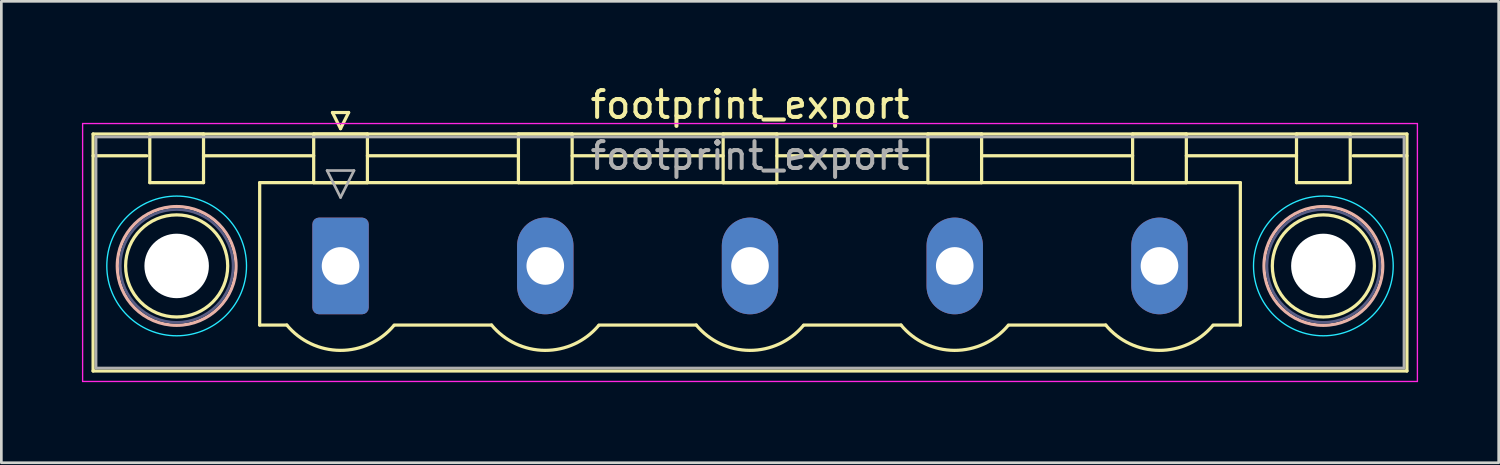
<source format=kicad_pcb>
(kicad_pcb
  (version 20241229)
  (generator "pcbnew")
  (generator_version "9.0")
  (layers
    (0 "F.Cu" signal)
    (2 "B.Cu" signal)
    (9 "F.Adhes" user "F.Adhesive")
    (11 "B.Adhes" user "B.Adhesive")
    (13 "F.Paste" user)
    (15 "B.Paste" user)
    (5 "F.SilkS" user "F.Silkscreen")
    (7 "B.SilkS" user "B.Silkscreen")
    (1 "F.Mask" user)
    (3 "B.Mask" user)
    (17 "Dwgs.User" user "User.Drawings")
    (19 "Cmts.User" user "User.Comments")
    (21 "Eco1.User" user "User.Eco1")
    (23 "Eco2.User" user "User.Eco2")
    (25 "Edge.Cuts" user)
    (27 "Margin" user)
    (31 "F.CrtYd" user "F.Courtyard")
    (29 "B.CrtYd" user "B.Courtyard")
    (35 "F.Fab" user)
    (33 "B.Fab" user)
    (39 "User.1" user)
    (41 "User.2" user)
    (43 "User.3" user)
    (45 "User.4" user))
  (footprint "footprint_export"
    (layer "F.Cu")
    (at 9.625 6.848)
    (property "Reference" "footprint_export" (at 15.24 -6 0) (layer "F.SilkS") (effects (font (size 1 1) (thickness 0.15))))
    (attr through_hole)
    (fp_line (start -9.21 -4.91) (end -9.21 3.91) (stroke (width 0.12) (type solid)) (layer "F.SilkS"))
    (fp_line (start -9.21 -4.1) (end -7.21 -4.1) (stroke (width 0.12) (type solid)) (layer "F.SilkS"))
    (fp_line (start -9.21 3.91) (end 39.69 3.91) (stroke (width 0.12) (type solid)) (layer "F.SilkS"))
    (fp_line (start -7.1 -4.91) (end -5.1 -4.91) (stroke (width 0.12) (type solid)) (layer "F.SilkS"))
    (fp_line (start -7.1 -3.1) (end -7.1 -4.91) (stroke (width 0.12) (type solid)) (layer "F.SilkS"))
    (fp_line (start -5.1 -4.91) (end -5.1 -3.1) (stroke (width 0.12) (type solid)) (layer "F.SilkS"))
    (fp_line (start -5.1 -4.1) (end -1 -4.1) (stroke (width 0.12) (type solid)) (layer "F.SilkS"))
    (fp_line (start -5.1 -3.1) (end -7.1 -3.1) (stroke (width 0.12) (type solid)) (layer "F.SilkS"))
    (fp_line (start -3.01 -3.1) (end 33.49 -3.1) (stroke (width 0.12) (type solid)) (layer "F.SilkS"))
    (fp_line (start -3.01 2.2) (end -3.01 -3.1) (stroke (width 0.12) (type solid)) (layer "F.SilkS"))
    (fp_line (start -2 2.2) (end -3.01 2.2) (stroke (width 0.12) (type solid)) (layer "F.SilkS"))
    (fp_line (start -1 -4.91) (end 1 -4.91) (stroke (width 0.12) (type solid)) (layer "F.SilkS"))
    (fp_line (start -1 -3.1) (end -1 -4.91) (stroke (width 0.12) (type solid)) (layer "F.SilkS"))
    (fp_line (start -0.3 -5.71) (end 0.3 -5.71) (stroke (width 0.12) (type solid)) (layer "F.SilkS"))
    (fp_line (start 0 -5.11) (end -0.3 -5.71) (stroke (width 0.12) (type solid)) (layer "F.SilkS"))
    (fp_line (start 0.3 -5.71) (end 0 -5.11) (stroke (width 0.12) (type solid)) (layer "F.SilkS"))
    (fp_line (start 1 -4.91) (end 1 -3.1) (stroke (width 0.12) (type solid)) (layer "F.SilkS"))
    (fp_line (start 1 -4.1) (end 6.62 -4.1) (stroke (width 0.12) (type solid)) (layer "F.SilkS"))
    (fp_line (start 1 -3.1) (end -1 -3.1) (stroke (width 0.12) (type solid)) (layer "F.SilkS"))
    (fp_line (start 2 2.2) (end 5.62 2.2) (stroke (width 0.12) (type solid)) (layer "F.SilkS"))
    (fp_line (start 6.62 -4.91) (end 8.62 -4.91) (stroke (width 0.12) (type solid)) (layer "F.SilkS"))
    (fp_line (start 6.62 -3.1) (end 6.62 -4.91) (stroke (width 0.12) (type solid)) (layer "F.SilkS"))
    (fp_line (start 8.62 -4.91) (end 8.62 -3.1) (stroke (width 0.12) (type solid)) (layer "F.SilkS"))
    (fp_line (start 8.62 -4.1) (end 14.24 -4.1) (stroke (width 0.12) (type solid)) (layer "F.SilkS"))
    (fp_line (start 8.62 -3.1) (end 6.62 -3.1) (stroke (width 0.12) (type solid)) (layer "F.SilkS"))
    (fp_line (start 9.62 2.2) (end 13.24 2.2) (stroke (width 0.12) (type solid)) (layer "F.SilkS"))
    (fp_line (start 14.24 -4.91) (end 16.24 -4.91) (stroke (width 0.12) (type solid)) (layer "F.SilkS"))
    (fp_line (start 14.24 -3.1) (end 14.24 -4.91) (stroke (width 0.12) (type solid)) (layer "F.SilkS"))
    (fp_line (start 16.24 -4.91) (end 16.24 -3.1) (stroke (width 0.12) (type solid)) (layer "F.SilkS"))
    (fp_line (start 16.24 -4.1) (end 21.86 -4.1) (stroke (width 0.12) (type solid)) (layer "F.SilkS"))
    (fp_line (start 16.24 -3.1) (end 14.24 -3.1) (stroke (width 0.12) (type solid)) (layer "F.SilkS"))
    (fp_line (start 17.24 2.2) (end 20.86 2.2) (stroke (width 0.12) (type solid)) (layer "F.SilkS"))
    (fp_line (start 21.86 -4.91) (end 23.86 -4.91) (stroke (width 0.12) (type solid)) (layer "F.SilkS"))
    (fp_line (start 21.86 -3.1) (end 21.86 -4.91) (stroke (width 0.12) (type solid)) (layer "F.SilkS"))
    (fp_line (start 23.86 -4.91) (end 23.86 -3.1) (stroke (width 0.12) (type solid)) (layer "F.SilkS"))
    (fp_line (start 23.86 -4.1) (end 29.48 -4.1) (stroke (width 0.12) (type solid)) (layer "F.SilkS"))
    (fp_line (start 23.86 -3.1) (end 21.86 -3.1) (stroke (width 0.12) (type solid)) (layer "F.SilkS"))
    (fp_line (start 24.86 2.2) (end 28.48 2.2) (stroke (width 0.12) (type solid)) (layer "F.SilkS"))
    (fp_line (start 29.48 -4.91) (end 31.48 -4.91) (stroke (width 0.12) (type solid)) (layer "F.SilkS"))
    (fp_line (start 29.48 -3.1) (end 29.48 -4.91) (stroke (width 0.12) (type solid)) (layer "F.SilkS"))
    (fp_line (start 31.48 -4.91) (end 31.48 -3.1) (stroke (width 0.12) (type solid)) (layer "F.SilkS"))
    (fp_line (start 31.48 -4.1) (end 35.58 -4.1) (stroke (width 0.12) (type solid)) (layer "F.SilkS"))
    (fp_line (start 31.48 -3.1) (end 29.48 -3.1) (stroke (width 0.12) (type solid)) (layer "F.SilkS"))
    (fp_line (start 33.49 -3.1) (end 33.49 2.2) (stroke (width 0.12) (type solid)) (layer "F.SilkS"))
    (fp_line (start 33.49 2.2) (end 32.48 2.2) (stroke (width 0.12) (type solid)) (layer "F.SilkS"))
    (fp_line (start 35.58 -4.91) (end 37.58 -4.91) (stroke (width 0.12) (type solid)) (layer "F.SilkS"))
    (fp_line (start 35.58 -3.1) (end 35.58 -4.91) (stroke (width 0.12) (type solid)) (layer "F.SilkS"))
    (fp_line (start 37.58 -4.91) (end 37.58 -3.1) (stroke (width 0.12) (type solid)) (layer "F.SilkS"))
    (fp_line (start 37.58 -3.1) (end 35.58 -3.1) (stroke (width 0.12) (type solid)) (layer "F.SilkS"))
    (fp_line (start 39.69 -4.91) (end -9.21 -4.91) (stroke (width 0.12) (type solid)) (layer "F.SilkS"))
    (fp_line (start 39.69 -4.1) (end 37.69 -4.1) (stroke (width 0.12) (type solid)) (layer "F.SilkS"))
    (fp_line (start 39.69 3.91) (end 39.69 -4.91) (stroke (width 0.12) (type solid)) (layer "F.SilkS"))
    (fp_arc (start 1.986842 2.215821) (mid -0.010289 3.142758) (end -2 2.2) (stroke (width 0.12) (type solid)) (layer "F.SilkS"))
    (fp_arc (start 9.606842 2.215821) (mid 7.609711 3.142758) (end 5.62 2.2) (stroke (width 0.12) (type solid)) (layer "F.SilkS"))
    (fp_arc (start 17.226842 2.215821) (mid 15.229711 3.142758) (end 13.24 2.2) (stroke (width 0.12) (type solid)) (layer "F.SilkS"))
    (fp_arc (start 24.846842 2.215821) (mid 22.849711 3.142758) (end 20.86 2.2) (stroke (width 0.12) (type solid)) (layer "F.SilkS"))
    (fp_arc (start 32.466842 2.215821) (mid 30.469711 3.142758) (end 28.48 2.2) (stroke (width 0.12) (type solid)) (layer "F.SilkS"))
    (fp_circle (center -6.1 0) (end -4.2 0) (stroke (width 0.12) (type solid)) (fill no) (layer "F.SilkS"))
    (fp_circle (center 36.58 0) (end 38.48 0) (stroke (width 0.12) (type solid)) (fill no) (layer "F.SilkS"))
    (fp_circle (center -6.1 0) (end -3.89 0) (stroke (width 0.12) (type solid)) (fill no) (layer "B.SilkS"))
    (fp_circle (center 36.58 0) (end 38.79 0) (stroke (width 0.12) (type solid)) (fill no) (layer "B.SilkS"))
    (fp_circle (center -6.1 0) (end -3.5 0) (stroke (width 0.05) (type solid)) (fill no) (layer "B.CrtYd"))
    (fp_circle (center 36.58 0) (end 39.18 0) (stroke (width 0.05) (type solid)) (fill no) (layer "B.CrtYd"))
    (fp_line (start -9.6 -5.3) (end -9.6 4.3) (stroke (width 0.05) (type solid)) (layer "F.CrtYd"))
    (fp_line (start -9.6 4.3) (end 40.08 4.3) (stroke (width 0.05) (type solid)) (layer "F.CrtYd"))
    (fp_line (start 40.08 -5.3) (end -9.6 -5.3) (stroke (width 0.05) (type solid)) (layer "F.CrtYd"))
    (fp_line (start 40.08 4.3) (end 40.08 -5.3) (stroke (width 0.05) (type solid)) (layer "F.CrtYd"))
    (fp_circle (center -6.1 0) (end -4 0) (stroke (width 0.1) (type solid)) (fill no) (layer "B.Fab"))
    (fp_circle (center 36.58 0) (end 38.68 0) (stroke (width 0.1) (type solid)) (fill no) (layer "B.Fab"))
    (fp_line (start -9.1 -4.8) (end -9.1 3.8) (stroke (width 0.1) (type solid)) (layer "F.Fab"))
    (fp_line (start -9.1 3.8) (end 39.58 3.8) (stroke (width 0.1) (type solid)) (layer "F.Fab"))
    (fp_line (start -0.5 -3.55) (end 0.5 -3.55) (stroke (width 0.1) (type solid)) (layer "F.Fab"))
    (fp_line (start 0 -2.55) (end -0.5 -3.55) (stroke (width 0.1) (type solid)) (layer "F.Fab"))
    (fp_line (start 0.5 -3.55) (end 0 -2.55) (stroke (width 0.1) (type solid)) (layer "F.Fab"))
    (fp_line (start 39.58 -4.8) (end -9.1 -4.8) (stroke (width 0.1) (type solid)) (layer "F.Fab"))
    (fp_line (start 39.58 3.8) (end 39.58 -4.8) (stroke (width 0.1) (type solid)) (layer "F.Fab"))
    (fp_text user "${REFERENCE}" (at 15.24 -4.1 0) (layer "F.Fab") (effects (font (size 1 1) (thickness 0.15))))
    (pad "" np_thru_hole circle (at -6.1 0) (size 2.4 2.4) (drill 2.4) (layers "*.Cu" "*.Mask"))
    (pad "" np_thru_hole circle (at 36.58 0) (size 2.4 2.4) (drill 2.4) (layers "*.Cu" "*.Mask"))
    (pad "1" thru_hole roundrect (at 0 0) (size 2.1 3.6) (drill 1.4) (layers "*.Cu" "*.Mask") (roundrect_rratio 0.119))
    (pad "2" thru_hole oval (at 7.62 0) (size 2.1 3.6) (drill 1.4) (layers "*.Cu" "*.Mask"))
    (pad "3" thru_hole oval (at 15.24 0) (size 2.1 3.6) (drill 1.4) (layers "*.Cu" "*.Mask"))
    (pad "4" thru_hole oval (at 22.86 0) (size 2.1 3.6) (drill 1.4) (layers "*.Cu" "*.Mask"))
    (pad "5" thru_hole oval (at 30.48 0) (size 2.1 3.6) (drill 1.4) (layers "*.Cu" "*.Mask")))
  (gr_rect
    (start -3 -3)
    (end 52.73 14.173)
    (stroke (width 0.1) (type default))
    (fill no)
    (layer "Edge.Cuts")))
</source>
